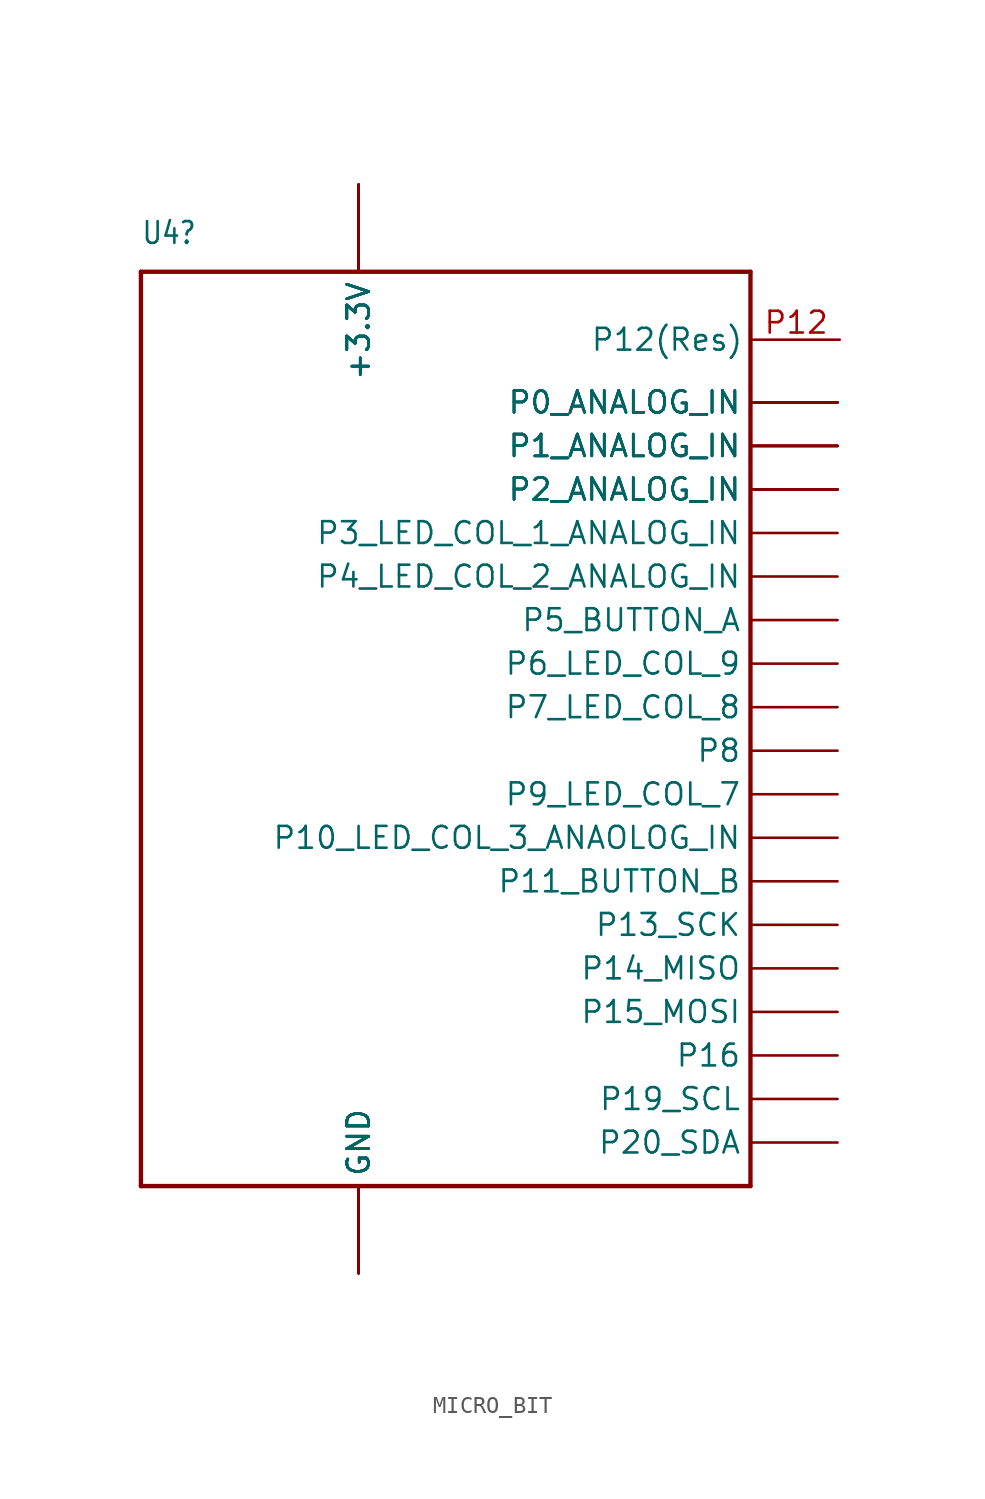
<source format=kicad_sym>
(kicad_symbol_lib
  (version 20211014)
  (generator kicad_symbol_editor)
  (symbol "MICRO_BIT"
    (property "Reference" "U4"
      (at -38.1 26.924 0)
      (effects (font (size 1.27 1.079)) (justify left bottom)))
    (property "ki_locked" ""
      (at 0 0 0)
      (effects (font (size 1.27 1.27))))
    (symbol "MICRO_BIT_0_0"
      (pin bidirectional line (at 2.667 21.438 180) (length 5.08) (name "P12(Res)" (effects (font (size 1.27 1.27)))) (number "P12" (effects (font (size 1.27 1.27))))))
    (symbol "MICRO_BIT_1_0"
      (polyline (pts (xy -38.1 -27.94) (xy -38.1 25.4)) (stroke (width 0.254) (type default) (color 0 0 0 0)) (fill (type none)))
      (polyline (pts (xy -38.1 25.4) (xy -2.54 25.4)) (stroke (width 0.254) (type default) (color 0 0 0 0)) (fill (type none)))
      (polyline (pts (xy -2.54 -27.94) (xy -38.1 -27.94)) (stroke (width 0.254) (type default) (color 0 0 0 0)) (fill (type none)))
      (polyline (pts (xy -2.54 25.4) (xy -2.54 -27.94)) (stroke (width 0.254) (type default) (color 0 0 0 0)) (fill (type none)))
      (pin bidirectional line (at -25.4 30.48 270) (length 5.08) (name "+3.3V" (effects (font (size 1.27 1.27)))) (number "3.3V@10" (effects (font (size 0 0)))))
      (pin bidirectional line (at -25.4 30.48 270) (length 5.08) (name "+3.3V" (effects (font (size 1.27 1.27)))) (number "3.3V@11" (effects (font (size 0 0)))))
      (pin bidirectional line (at -25.4 30.48 270) (length 5.08) (name "+3.3V" (effects (font (size 1.27 1.27)))) (number "3.3V@12" (effects (font (size 0 0)))))
      (pin bidirectional line (at -25.4 30.48 270) (length 5.08) (name "+3.3V" (effects (font (size 1.27 1.27)))) (number "3.3V@13" (effects (font (size 0 0)))))
      (pin bidirectional line (at -25.4 30.48 270) (length 5.08) (name "+3.3V" (effects (font (size 1.27 1.27)))) (number "3.3V@14" (effects (font (size 0 0)))))
      (pin bidirectional line (at -25.4 30.48 270) (length 5.08) (name "+3.3V" (effects (font (size 1.27 1.27)))) (number "3.3V@9" (effects (font (size 0 0)))))
      (pin bidirectional line (at -25.4 -33.02 90) (length 5.08) (name "GND" (effects (font (size 1.27 1.27)))) (number "GND@1" (effects (font (size 0 0)))))
      (pin bidirectional line (at -25.4 -33.02 90) (length 5.08) (name "GND" (effects (font (size 1.27 1.27)))) (number "GND@2" (effects (font (size 0 0)))))
      (pin bidirectional line (at -25.4 -33.02 90) (length 5.08) (name "GND" (effects (font (size 1.27 1.27)))) (number "GND@3" (effects (font (size 0 0)))))
      (pin bidirectional line (at -25.4 -33.02 90) (length 5.08) (name "GND" (effects (font (size 1.27 1.27)))) (number "GND@4" (effects (font (size 0 0)))))
      (pin bidirectional line (at -25.4 -33.02 90) (length 5.08) (name "GND" (effects (font (size 1.27 1.27)))) (number "GND@5" (effects (font (size 0 0)))))
      (pin bidirectional line (at -25.4 -33.02 90) (length 5.08) (name "GND" (effects (font (size 1.27 1.27)))) (number "GND@6" (effects (font (size 0 0)))))
      (pin bidirectional line (at 2.54 17.78 180) (length 5.08) (name "P0_ANALOG_IN" (effects (font (size 1.27 1.27)))) (number "P0_ANALOG_IN@36" (effects (font (size 0 0)))))
      (pin bidirectional line (at 2.54 17.78 180) (length 5.08) (name "P0_ANALOG_IN" (effects (font (size 1.27 1.27)))) (number "P0_ANALOG_IN@37" (effects (font (size 0 0)))))
      (pin bidirectional line (at 2.54 17.78 180) (length 5.08) (name "P0_ANALOG_IN" (effects (font (size 1.27 1.27)))) (number "P0_ANALOG_IN@38" (effects (font (size 0 0)))))
      (pin bidirectional line (at 2.54 17.78 180) (length 5.08) (name "P0_ANALOG_IN" (effects (font (size 1.27 1.27)))) (number "P0_ANALOG_IN@39" (effects (font (size 0 0)))))
      (pin bidirectional line (at 2.54 -7.62 180) (length 5.08) (name "P10_LED_COL_3_ANAOLOG_IN" (effects (font (size 1.27 1.27)))) (number "P10_LED_COL_3_ANALOG_IN" (effects (font (size 0 0)))))
      (pin bidirectional line (at 2.54 -10.16 180) (length 5.08) (name "P11_BUTTON_B" (effects (font (size 1.27 1.27)))) (number "P11_BUTTON_B" (effects (font (size 0 0)))))
      (pin bidirectional line (at 2.54 -12.7 180) (length 5.08) (name "P13_SCK" (effects (font (size 1.27 1.27)))) (number "P13_SCK" (effects (font (size 0 0)))))
      (pin bidirectional line (at 2.54 -15.24 180) (length 5.08) (name "P14_MISO" (effects (font (size 1.27 1.27)))) (number "P14_MISO" (effects (font (size 0 0)))))
      (pin bidirectional line (at 2.54 -17.78 180) (length 5.08) (name "P15_MOSI" (effects (font (size 1.27 1.27)))) (number "P15_MOSI" (effects (font (size 0 0)))))
      (pin bidirectional line (at 2.54 -20.32 180) (length 5.08) (name "P16" (effects (font (size 1.27 1.27)))) (number "P16" (effects (font (size 0 0)))))
      (pin bidirectional line (at 2.54 15.24 180) (length 5.08) (name "P1_ANALOG_IN" (effects (font (size 1.27 1.27)))) (number "P1_ANALOG_IN@28" (effects (font (size 0 0)))))
      (pin bidirectional line (at 2.54 15.24 180) (length 5.08) (name "P1_ANALOG_IN" (effects (font (size 1.27 1.27)))) (number "P1_ANALOG_IN@29" (effects (font (size 0 0)))))
      (pin bidirectional line (at 2.54 15.24 180) (length 5.08) (name "P1_ANALOG_IN" (effects (font (size 1.27 1.27)))) (number "P1_ANALOG_IN@30" (effects (font (size 0 0)))))
      (pin bidirectional line (at 2.54 15.24 180) (length 5.08) (name "P1_ANALOG_IN" (effects (font (size 1.27 1.27)))) (number "P1_ANALOG_IN@31" (effects (font (size 0 0)))))
      (pin bidirectional line (at 2.54 -25.4 180) (length 5.08) (name "P20_SDA" (effects (font (size 1.27 1.27)))) (number "P20_SDA" (effects (font (size 0 0)))))
      (pin bidirectional line (at 2.54 -22.86 180) (length 5.08) (name "P19_SCL" (effects (font (size 1.27 1.27)))) (number "P21_SCL" (effects (font (size 0 0)))))
      (pin bidirectional line (at 2.54 12.7 180) (length 5.08) (name "P2_ANALOG_IN" (effects (font (size 1.27 1.27)))) (number "P2_ANALOG_IN@19" (effects (font (size 0 0)))))
      (pin bidirectional line (at 2.54 12.7 180) (length 5.08) (name "P2_ANALOG_IN" (effects (font (size 1.27 1.27)))) (number "P2_ANALOG_IN@20" (effects (font (size 0 0)))))
      (pin bidirectional line (at 2.54 12.7 180) (length 5.08) (name "P2_ANALOG_IN" (effects (font (size 1.27 1.27)))) (number "P2_ANALOG_IN@21" (effects (font (size 0 0)))))
      (pin bidirectional line (at 2.54 12.7 180) (length 5.08) (name "P2_ANALOG_IN" (effects (font (size 1.27 1.27)))) (number "P2_ANALOG_IN@22" (effects (font (size 0 0)))))
      (pin bidirectional line (at 2.54 10.16 180) (length 5.08) (name "P3_LED_COL_1_ANALOG_IN" (effects (font (size 1.27 1.27)))) (number "P3_LED_COL_1_ANALOG_IN" (effects (font (size 0 0)))))
      (pin bidirectional line (at 2.54 7.62 180) (length 5.08) (name "P4_LED_COL_2_ANALOG_IN" (effects (font (size 1.27 1.27)))) (number "P4_LED_COL_2_ANALOG_IN" (effects (font (size 0 0)))))
      (pin bidirectional line (at 2.54 5.08 180) (length 5.08) (name "P5_BUTTON_A" (effects (font (size 1.27 1.27)))) (number "P5_BUTTON_A" (effects (font (size 0 0)))))
      (pin bidirectional line (at 2.54 2.54 180) (length 5.08) (name "P6_LED_COL_9" (effects (font (size 1.27 1.27)))) (number "P6_LED_COL_9" (effects (font (size 0 0)))))
      (pin bidirectional line (at 2.54 0 180) (length 5.08) (name "P7_LED_COL_8" (effects (font (size 1.27 1.27)))) (number "P7_LED_COL8" (effects (font (size 0 0)))))
      (pin bidirectional line (at 2.54 -2.54 180) (length 5.08) (name "P8" (effects (font (size 1.27 1.27)))) (number "P8" (effects (font (size 0 0)))))
      (pin bidirectional line (at 2.54 -5.08 180) (length 5.08) (name "P9_LED_COL_7" (effects (font (size 1.27 1.27)))) (number "P9_LED_COL_7" (effects (font (size 0 0))))))))
</source>
